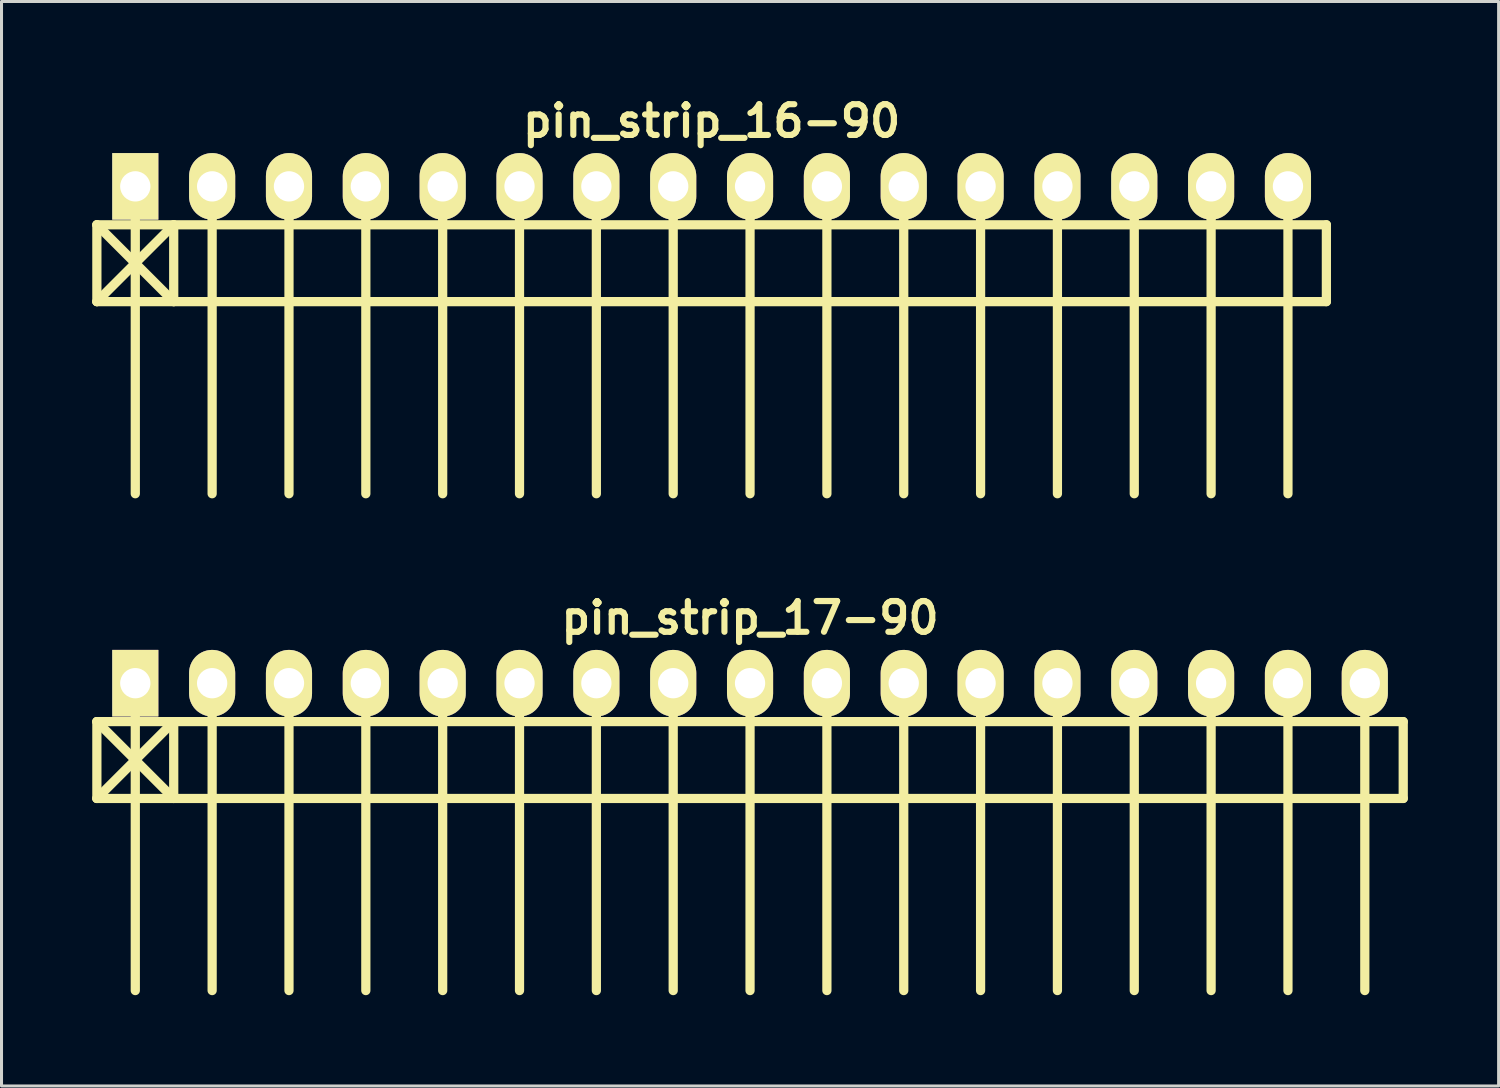
<source format=kicad_pcb>
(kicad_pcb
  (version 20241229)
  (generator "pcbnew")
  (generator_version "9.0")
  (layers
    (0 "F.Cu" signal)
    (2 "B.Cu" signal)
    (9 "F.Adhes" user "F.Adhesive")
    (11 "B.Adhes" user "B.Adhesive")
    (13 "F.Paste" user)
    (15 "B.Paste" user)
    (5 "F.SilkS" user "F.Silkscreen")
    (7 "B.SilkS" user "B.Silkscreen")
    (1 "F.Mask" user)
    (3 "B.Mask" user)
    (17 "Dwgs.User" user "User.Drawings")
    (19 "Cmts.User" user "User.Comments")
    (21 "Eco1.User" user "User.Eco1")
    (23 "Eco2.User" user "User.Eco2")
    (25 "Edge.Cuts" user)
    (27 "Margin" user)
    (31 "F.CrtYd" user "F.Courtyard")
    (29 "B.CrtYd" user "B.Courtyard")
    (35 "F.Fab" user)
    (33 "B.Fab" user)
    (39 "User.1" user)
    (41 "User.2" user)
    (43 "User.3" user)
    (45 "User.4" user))
  (footprint "pin_strip_16-90"
    (layer "F.Cu")
    (at 20.472 3.11)
    (property "Reference" "pin_strip_16-90" (at 0 -2.159 0) (layer "F.SilkS") (effects (font (size 1.016 1.016) (thickness 0.203))))
    (attr through_hole)
    (fp_line (start -20.32 1.27) (end 20.32 1.27) (stroke (width 0.305) (type solid)) (layer "F.SilkS"))
    (fp_line (start -20.32 3.81) (end -20.32 1.27) (stroke (width 0.305) (type solid)) (layer "F.SilkS"))
    (fp_line (start -20.32 3.81) (end -17.78 1.27) (stroke (width 0.305) (type solid)) (layer "F.SilkS"))
    (fp_line (start -19.05 0) (end -19.05 10.16) (stroke (width 0.305) (type solid)) (layer "F.SilkS"))
    (fp_line (start -17.78 1.27) (end -17.78 3.81) (stroke (width 0.305) (type solid)) (layer "F.SilkS"))
    (fp_line (start -17.78 3.81) (end -20.32 1.27) (stroke (width 0.305) (type solid)) (layer "F.SilkS"))
    (fp_line (start -16.51 0) (end -16.51 10.16) (stroke (width 0.305) (type solid)) (layer "F.SilkS"))
    (fp_line (start -13.97 10.16) (end -13.97 0) (stroke (width 0.305) (type solid)) (layer "F.SilkS"))
    (fp_line (start -11.43 0) (end -11.43 10.16) (stroke (width 0.305) (type solid)) (layer "F.SilkS"))
    (fp_line (start -8.89 0) (end -8.89 10.16) (stroke (width 0.305) (type solid)) (layer "F.SilkS"))
    (fp_line (start -6.35 0) (end -6.35 10.16) (stroke (width 0.305) (type solid)) (layer "F.SilkS"))
    (fp_line (start -3.81 0) (end -3.81 10.16) (stroke (width 0.305) (type solid)) (layer "F.SilkS"))
    (fp_line (start -1.27 0) (end -1.27 10.16) (stroke (width 0.305) (type solid)) (layer "F.SilkS"))
    (fp_line (start 1.27 0) (end 1.27 10.16) (stroke (width 0.305) (type solid)) (layer "F.SilkS"))
    (fp_line (start 3.81 0) (end 3.81 10.16) (stroke (width 0.305) (type solid)) (layer "F.SilkS"))
    (fp_line (start 6.35 0) (end 6.35 10.16) (stroke (width 0.305) (type solid)) (layer "F.SilkS"))
    (fp_line (start 8.89 0) (end 8.89 10.16) (stroke (width 0.305) (type solid)) (layer "F.SilkS"))
    (fp_line (start 11.43 10.16) (end 11.43 0) (stroke (width 0.305) (type solid)) (layer "F.SilkS"))
    (fp_line (start 13.97 0) (end 13.97 10.16) (stroke (width 0.305) (type solid)) (layer "F.SilkS"))
    (fp_line (start 16.51 0) (end 16.51 10.16) (stroke (width 0.305) (type solid)) (layer "F.SilkS"))
    (fp_line (start 19.05 0) (end 19.05 10.16) (stroke (width 0.305) (type solid)) (layer "F.SilkS"))
    (fp_line (start 20.32 1.27) (end 20.32 3.81) (stroke (width 0.305) (type solid)) (layer "F.SilkS"))
    (fp_line (start 20.32 3.81) (end -20.32 3.81) (stroke (width 0.305) (type solid)) (layer "F.SilkS"))
    (pad "1" thru_hole rect (at -19.05 0) (size 1.524 2.2) (drill 1.001) (layers "*.Cu" "*.Mask" "F.SilkS"))
    (pad "2" thru_hole oval (at -16.51 0) (size 1.524 2.2) (drill 1.001) (layers "*.Cu" "*.Mask" "F.SilkS"))
    (pad "3" thru_hole oval (at -13.97 0) (size 1.524 2.2) (drill 1.001) (layers "*.Cu" "*.Mask" "F.SilkS"))
    (pad "4" thru_hole oval (at -11.43 0) (size 1.524 2.2) (drill 1.001) (layers "*.Cu" "*.Mask" "F.SilkS"))
    (pad "5" thru_hole oval (at -8.89 0) (size 1.524 2.2) (drill 1.001) (layers "*.Cu" "*.Mask" "F.SilkS"))
    (pad "6" thru_hole oval (at -6.35 0) (size 1.524 2.2) (drill 1.001) (layers "*.Cu" "*.Mask" "F.SilkS"))
    (pad "7" thru_hole oval (at -3.81 0) (size 1.524 2.2) (drill 1.001) (layers "*.Cu" "*.Mask" "F.SilkS"))
    (pad "8" thru_hole oval (at -1.27 0) (size 1.524 2.2) (drill 1.001) (layers "*.Cu" "*.Mask" "F.SilkS"))
    (pad "9" thru_hole oval (at 1.27 0) (size 1.524 2.2) (drill 1.001) (layers "*.Cu" "*.Mask" "F.SilkS"))
    (pad "10" thru_hole oval (at 3.81 0) (size 1.524 2.2) (drill 1.001) (layers "*.Cu" "*.Mask" "F.SilkS"))
    (pad "11" thru_hole oval (at 6.35 0) (size 1.524 2.2) (drill 1.001) (layers "*.Cu" "*.Mask" "F.SilkS"))
    (pad "12" thru_hole oval (at 8.89 0) (size 1.524 2.2) (drill 1.001) (layers "*.Cu" "*.Mask" "F.SilkS"))
    (pad "13" thru_hole oval (at 11.43 0) (size 1.524 2.2) (drill 1.001) (layers "*.Cu" "*.Mask" "F.SilkS"))
    (pad "14" thru_hole oval (at 13.97 0) (size 1.524 2.2) (drill 1.001) (layers "*.Cu" "*.Mask" "F.SilkS"))
    (pad "15" thru_hole oval (at 16.51 0) (size 1.524 2.2) (drill 1.001) (layers "*.Cu" "*.Mask" "F.SilkS"))
    (pad "16" thru_hole oval (at 19.05 0) (size 1.524 2.2) (drill 1.001) (layers "*.Cu" "*.Mask" "F.SilkS")))
  (footprint "pin_strip_17-90"
    (layer "F.Cu")
    (at 21.742 19.532)
    (property "Reference" "pin_strip_17-90" (at 0 -2.159 0) (layer "F.SilkS") (effects (font (size 1.016 1.016) (thickness 0.203))))
    (attr through_hole)
    (fp_line (start -21.59 1.27) (end 21.59 1.27) (stroke (width 0.305) (type solid)) (layer "F.SilkS"))
    (fp_line (start -21.59 3.81) (end -21.59 1.27) (stroke (width 0.305) (type solid)) (layer "F.SilkS"))
    (fp_line (start -21.59 3.81) (end -19.05 1.27) (stroke (width 0.305) (type solid)) (layer "F.SilkS"))
    (fp_line (start -20.32 0) (end -20.32 10.16) (stroke (width 0.305) (type solid)) (layer "F.SilkS"))
    (fp_line (start -19.05 1.27) (end -19.05 3.81) (stroke (width 0.305) (type solid)) (layer "F.SilkS"))
    (fp_line (start -19.05 3.81) (end -21.59 1.27) (stroke (width 0.305) (type solid)) (layer "F.SilkS"))
    (fp_line (start -17.78 0) (end -17.78 10.16) (stroke (width 0.305) (type solid)) (layer "F.SilkS"))
    (fp_line (start -15.24 10.16) (end -15.24 0) (stroke (width 0.305) (type solid)) (layer "F.SilkS"))
    (fp_line (start -12.7 0) (end -12.7 10.16) (stroke (width 0.305) (type solid)) (layer "F.SilkS"))
    (fp_line (start -10.16 0) (end -10.16 10.16) (stroke (width 0.305) (type solid)) (layer "F.SilkS"))
    (fp_line (start -7.62 0) (end -7.62 10.16) (stroke (width 0.305) (type solid)) (layer "F.SilkS"))
    (fp_line (start -5.08 0) (end -5.08 10.16) (stroke (width 0.305) (type solid)) (layer "F.SilkS"))
    (fp_line (start -2.54 0) (end -2.54 10.16) (stroke (width 0.305) (type solid)) (layer "F.SilkS"))
    (fp_line (start 0 0) (end 0 10.16) (stroke (width 0.305) (type solid)) (layer "F.SilkS"))
    (fp_line (start 2.54 0) (end 2.54 10.16) (stroke (width 0.305) (type solid)) (layer "F.SilkS"))
    (fp_line (start 5.08 0) (end 5.08 10.16) (stroke (width 0.305) (type solid)) (layer "F.SilkS"))
    (fp_line (start 7.62 0) (end 7.62 10.16) (stroke (width 0.305) (type solid)) (layer "F.SilkS"))
    (fp_line (start 10.16 10.16) (end 10.16 0) (stroke (width 0.305) (type solid)) (layer "F.SilkS"))
    (fp_line (start 12.7 0) (end 12.7 10.16) (stroke (width 0.305) (type solid)) (layer "F.SilkS"))
    (fp_line (start 15.24 0) (end 15.24 10.16) (stroke (width 0.305) (type solid)) (layer "F.SilkS"))
    (fp_line (start 17.78 0) (end 17.78 10.16) (stroke (width 0.305) (type solid)) (layer "F.SilkS"))
    (fp_line (start 20.32 0) (end 20.32 10.16) (stroke (width 0.305) (type solid)) (layer "F.SilkS"))
    (fp_line (start 21.59 1.27) (end 21.59 3.81) (stroke (width 0.305) (type solid)) (layer "F.SilkS"))
    (fp_line (start 21.59 3.81) (end -21.59 3.81) (stroke (width 0.305) (type solid)) (layer "F.SilkS"))
    (pad "1" thru_hole rect (at -20.32 0) (size 1.524 2.2) (drill 1.001) (layers "*.Cu" "*.Mask" "F.SilkS"))
    (pad "2" thru_hole oval (at -17.78 0) (size 1.524 2.2) (drill 1.001) (layers "*.Cu" "*.Mask" "F.SilkS"))
    (pad "3" thru_hole oval (at -15.24 0) (size 1.524 2.2) (drill 1.001) (layers "*.Cu" "*.Mask" "F.SilkS"))
    (pad "4" thru_hole oval (at -12.7 0) (size 1.524 2.2) (drill 1.001) (layers "*.Cu" "*.Mask" "F.SilkS"))
    (pad "5" thru_hole oval (at -10.16 0) (size 1.524 2.2) (drill 1.001) (layers "*.Cu" "*.Mask" "F.SilkS"))
    (pad "6" thru_hole oval (at -7.62 0) (size 1.524 2.2) (drill 1.001) (layers "*.Cu" "*.Mask" "F.SilkS"))
    (pad "7" thru_hole oval (at -5.08 0) (size 1.524 2.2) (drill 1.001) (layers "*.Cu" "*.Mask" "F.SilkS"))
    (pad "8" thru_hole oval (at -2.54 0) (size 1.524 2.2) (drill 1.001) (layers "*.Cu" "*.Mask" "F.SilkS"))
    (pad "9" thru_hole oval (at 0 0) (size 1.524 2.2) (drill 1.001) (layers "*.Cu" "*.Mask" "F.SilkS"))
    (pad "10" thru_hole oval (at 2.54 0) (size 1.524 2.2) (drill 1.001) (layers "*.Cu" "*.Mask" "F.SilkS"))
    (pad "11" thru_hole oval (at 5.08 0) (size 1.524 2.2) (drill 1.001) (layers "*.Cu" "*.Mask" "F.SilkS"))
    (pad "12" thru_hole oval (at 7.62 0) (size 1.524 2.2) (drill 1.001) (layers "*.Cu" "*.Mask" "F.SilkS"))
    (pad "13" thru_hole oval (at 10.16 0) (size 1.524 2.2) (drill 1.001) (layers "*.Cu" "*.Mask" "F.SilkS"))
    (pad "14" thru_hole oval (at 12.7 0) (size 1.524 2.2) (drill 1.001) (layers "*.Cu" "*.Mask" "F.SilkS"))
    (pad "15" thru_hole oval (at 15.24 0) (size 1.524 2.2) (drill 1.001) (layers "*.Cu" "*.Mask" "F.SilkS"))
    (pad "16" thru_hole oval (at 17.78 0) (size 1.524 2.2) (drill 1.001) (layers "*.Cu" "*.Mask" "F.SilkS"))
    (pad "17" thru_hole oval (at 20.32 0) (size 1.524 2.2) (drill 1.001) (layers "*.Cu" "*.Mask" "F.SilkS")))
  (gr_rect
    (start -3 -3)
    (end 46.485 32.845)
    (stroke (width 0.1) (type default))
    (fill no)
    (layer "Edge.Cuts")))
</source>
